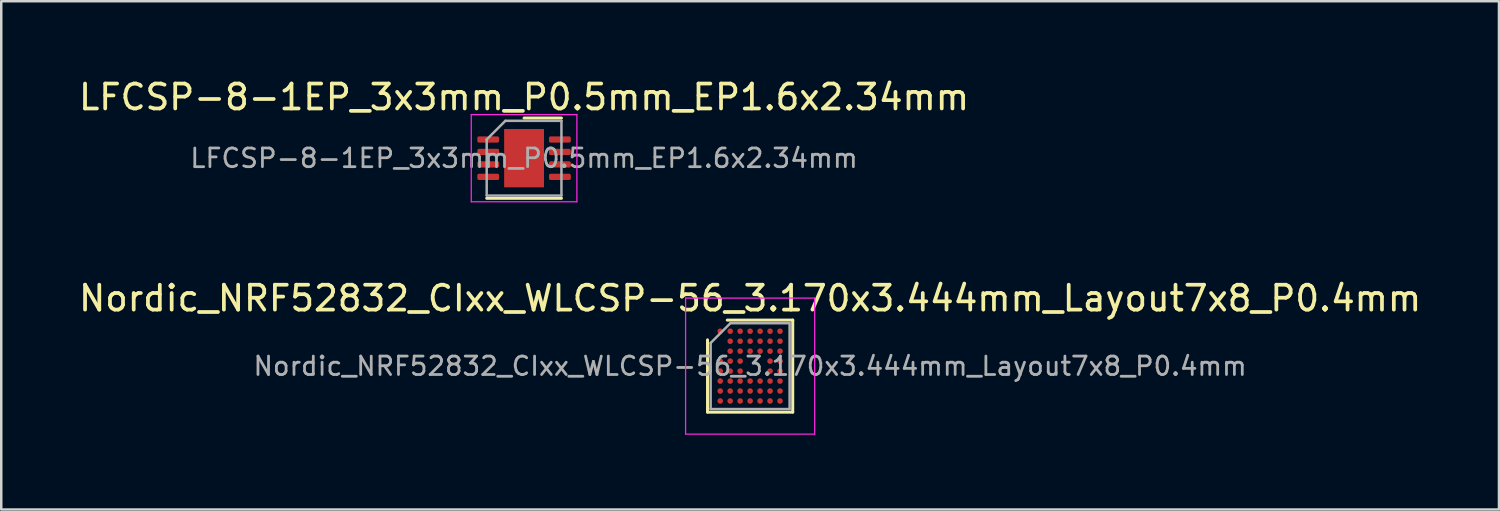
<source format=kicad_pcb>
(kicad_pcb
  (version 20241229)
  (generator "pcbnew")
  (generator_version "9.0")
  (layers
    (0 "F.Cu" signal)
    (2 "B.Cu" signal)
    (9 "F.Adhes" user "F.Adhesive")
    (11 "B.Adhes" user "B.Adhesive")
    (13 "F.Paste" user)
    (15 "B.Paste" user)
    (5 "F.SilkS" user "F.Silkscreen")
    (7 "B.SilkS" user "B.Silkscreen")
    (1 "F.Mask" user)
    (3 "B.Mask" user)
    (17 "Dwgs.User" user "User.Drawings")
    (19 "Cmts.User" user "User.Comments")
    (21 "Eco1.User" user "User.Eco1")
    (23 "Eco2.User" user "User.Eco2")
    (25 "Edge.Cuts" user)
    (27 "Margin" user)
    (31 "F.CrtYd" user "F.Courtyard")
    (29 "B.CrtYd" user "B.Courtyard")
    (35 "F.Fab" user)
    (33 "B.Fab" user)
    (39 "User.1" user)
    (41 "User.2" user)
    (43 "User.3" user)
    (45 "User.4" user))
  (footprint "Nordic_NRF52832_CIxx_WLCSP-56_3.170x3.444mm_Layout7x8_P0.4mm"
    (layer "F.Cu")
    (at 27.054 11.643)
    (property "Reference" "Nordic_NRF52832_CIxx_WLCSP-56_3.170x3.444mm_Layout7x8_P0.4mm" (at 0 -2.722 0) (layer "F.SilkS") (effects (font (size 1 1) (thickness 0.15))))
    (attr smd)
    (fp_line (start -1.71 1.847) (end -1.71 -1.054) (stroke (width 0.12) (type solid)) (layer "F.SilkS"))
    (fp_line (start -0.917 -1.847) (end 1.71 -1.847) (stroke (width 0.12) (type solid)) (layer "F.SilkS"))
    (fp_line (start 1.71 -1.847) (end 1.71 1.847) (stroke (width 0.12) (type solid)) (layer "F.SilkS"))
    (fp_line (start 1.71 1.847) (end -1.71 1.847) (stroke (width 0.12) (type solid)) (layer "F.SilkS"))
    (fp_line (start -2.59 -2.73) (end -2.59 2.73) (stroke (width 0.05) (type solid)) (layer "F.CrtYd"))
    (fp_line (start -2.59 2.73) (end 2.59 2.73) (stroke (width 0.05) (type solid)) (layer "F.CrtYd"))
    (fp_line (start 2.59 -2.73) (end -2.59 -2.73) (stroke (width 0.05) (type solid)) (layer "F.CrtYd"))
    (fp_line (start 2.59 2.73) (end 2.59 -2.73) (stroke (width 0.05) (type solid)) (layer "F.CrtYd"))
    (fp_line (start -1.585 -0.929) (end -0.792 -1.722) (stroke (width 0.1) (type solid)) (layer "F.Fab"))
    (fp_line (start -1.585 1.722) (end -1.585 -0.929) (stroke (width 0.1) (type solid)) (layer "F.Fab"))
    (fp_line (start -0.792 -1.722) (end 1.585 -1.722) (stroke (width 0.1) (type solid)) (layer "F.Fab"))
    (fp_line (start 1.585 -1.722) (end 1.585 1.722) (stroke (width 0.1) (type solid)) (layer "F.Fab"))
    (fp_line (start 1.585 1.722) (end -1.585 1.722) (stroke (width 0.1) (type solid)) (layer "F.Fab"))
    (fp_text user "${REFERENCE}" (at 0 0 0) (layer "F.Fab") (effects (font (size 0.74 0.74) (thickness 0.111))))
    (pad "A1" smd circle (at -1.2 -1.4) (size 0.225 0.225) (layers "F.Cu" "F.Mask" "F.Paste"))
    (pad "A2" smd circle (at -0.8 -1.4) (size 0.225 0.225) (layers "F.Cu" "F.Mask" "F.Paste"))
    (pad "A3" smd circle (at -0.4 -1.4) (size 0.225 0.225) (layers "F.Cu" "F.Mask" "F.Paste"))
    (pad "A4" smd circle (at 0 -1.4) (size 0.225 0.225) (layers "F.Cu" "F.Mask" "F.Paste"))
    (pad "A5" smd circle (at 0.4 -1.4) (size 0.225 0.225) (layers "F.Cu" "F.Mask" "F.Paste"))
    (pad "A6" smd circle (at 0.8 -1.4) (size 0.225 0.225) (layers "F.Cu" "F.Mask" "F.Paste"))
    (pad "A7" smd circle (at 1.2 -1.4) (size 0.225 0.225) (layers "F.Cu" "F.Mask" "F.Paste"))
    (pad "B2" smd circle (at -0.8 -1) (size 0.225 0.225) (layers "F.Cu" "F.Mask" "F.Paste"))
    (pad "B3" smd circle (at -0.4 -1) (size 0.225 0.225) (layers "F.Cu" "F.Mask" "F.Paste"))
    (pad "B4" smd circle (at 0 -1) (size 0.225 0.225) (layers "F.Cu" "F.Mask" "F.Paste"))
    (pad "B5" smd circle (at 0.4 -1) (size 0.225 0.225) (layers "F.Cu" "F.Mask" "F.Paste"))
    (pad "B6" smd circle (at 0.8 -1) (size 0.225 0.225) (layers "F.Cu" "F.Mask" "F.Paste"))
    (pad "B7" smd circle (at 1.2 -1) (size 0.225 0.225) (layers "F.Cu" "F.Mask" "F.Paste"))
    (pad "C2" smd circle (at -0.8 -0.6) (size 0.225 0.225) (layers "F.Cu" "F.Mask" "F.Paste"))
    (pad "C3" smd circle (at -0.4 -0.6) (size 0.225 0.225) (layers "F.Cu" "F.Mask" "F.Paste"))
    (pad "C4" smd circle (at 0 -0.6) (size 0.225 0.225) (layers "F.Cu" "F.Mask" "F.Paste"))
    (pad "C5" smd circle (at 0.4 -0.6) (size 0.225 0.225) (layers "F.Cu" "F.Mask" "F.Paste"))
    (pad "C6" smd circle (at 0.8 -0.6) (size 0.225 0.225) (layers "F.Cu" "F.Mask" "F.Paste"))
    (pad "C7" smd circle (at 1.2 -0.6) (size 0.225 0.225) (layers "F.Cu" "F.Mask" "F.Paste"))
    (pad "D1" smd circle (at -1.2 -0.2) (size 0.225 0.225) (layers "F.Cu" "F.Mask" "F.Paste"))
    (pad "D2" smd circle (at -0.8 -0.2) (size 0.225 0.225) (layers "F.Cu" "F.Mask" "F.Paste"))
    (pad "D3" smd circle (at -0.4 -0.2) (size 0.225 0.225) (layers "F.Cu" "F.Mask" "F.Paste"))
    (pad "D6" smd circle (at 0.8 -0.2) (size 0.225 0.225) (layers "F.Cu" "F.Mask" "F.Paste"))
    (pad "D7" smd circle (at 1.2 -0.2) (size 0.225 0.225) (layers "F.Cu" "F.Mask" "F.Paste"))
    (pad "E1" smd circle (at -1.2 0.2) (size 0.225 0.225) (layers "F.Cu" "F.Mask" "F.Paste"))
    (pad "E2" smd circle (at -0.8 0.2) (size 0.225 0.225) (layers "F.Cu" "F.Mask" "F.Paste"))
    (pad "E3" smd circle (at -0.4 0.2) (size 0.225 0.225) (layers "F.Cu" "F.Mask" "F.Paste"))
    (pad "E6" smd circle (at 0.8 0.2) (size 0.225 0.225) (layers "F.Cu" "F.Mask" "F.Paste"))
    (pad "E7" smd circle (at 1.2 0.2) (size 0.225 0.225) (layers "F.Cu" "F.Mask" "F.Paste"))
    (pad "F1" smd circle (at -1.2 0.6) (size 0.225 0.225) (layers "F.Cu" "F.Mask" "F.Paste"))
    (pad "F2" smd circle (at -0.8 0.6) (size 0.225 0.225) (layers "F.Cu" "F.Mask" "F.Paste"))
    (pad "F3" smd circle (at -0.4 0.6) (size 0.225 0.225) (layers "F.Cu" "F.Mask" "F.Paste"))
    (pad "F4" smd circle (at 0 0.6) (size 0.225 0.225) (layers "F.Cu" "F.Mask" "F.Paste"))
    (pad "F5" smd circle (at 0.4 0.6) (size 0.225 0.225) (layers "F.Cu" "F.Mask" "F.Paste"))
    (pad "F6" smd circle (at 0.8 0.6) (size 0.225 0.225) (layers "F.Cu" "F.Mask" "F.Paste"))
    (pad "F7" smd circle (at 1.2 0.6) (size 0.225 0.225) (layers "F.Cu" "F.Mask" "F.Paste"))
    (pad "G1" smd circle (at -1.2 1) (size 0.225 0.225) (layers "F.Cu" "F.Mask" "F.Paste"))
    (pad "G2" smd circle (at -0.8 1) (size 0.225 0.225) (layers "F.Cu" "F.Mask" "F.Paste"))
    (pad "G3" smd circle (at -0.4 1) (size 0.225 0.225) (layers "F.Cu" "F.Mask" "F.Paste"))
    (pad "G4" smd circle (at 0 1) (size 0.225 0.225) (layers "F.Cu" "F.Mask" "F.Paste"))
    (pad "G5" smd circle (at 0.4 1) (size 0.225 0.225) (layers "F.Cu" "F.Mask" "F.Paste"))
    (pad "G6" smd circle (at 0.8 1) (size 0.225 0.225) (layers "F.Cu" "F.Mask" "F.Paste"))
    (pad "G7" smd circle (at 1.2 1) (size 0.225 0.225) (layers "F.Cu" "F.Mask" "F.Paste"))
    (pad "H1" smd circle (at -1.2 1.4) (size 0.225 0.225) (layers "F.Cu" "F.Mask" "F.Paste"))
    (pad "H2" smd circle (at -0.8 1.4) (size 0.225 0.225) (layers "F.Cu" "F.Mask" "F.Paste"))
    (pad "H3" smd circle (at -0.4 1.4) (size 0.225 0.225) (layers "F.Cu" "F.Mask" "F.Paste"))
    (pad "H4" smd circle (at 0 1.4) (size 0.225 0.225) (layers "F.Cu" "F.Mask" "F.Paste"))
    (pad "H5" smd circle (at 0.4 1.4) (size 0.225 0.225) (layers "F.Cu" "F.Mask" "F.Paste"))
    (pad "H6" smd circle (at 0.8 1.4) (size 0.225 0.225) (layers "F.Cu" "F.Mask" "F.Paste"))
    (pad "H7" smd circle (at 1.2 1.4) (size 0.225 0.225) (layers "F.Cu" "F.Mask" "F.Paste")))
  (footprint "LFCSP-8-1EP_3x3mm_P0.5mm_EP1.6x2.34mm"
    (layer "F.Cu")
    (at 17.982 3.298)
    (property "Reference" "LFCSP-8-1EP_3x3mm_P0.5mm_EP1.6x2.34mm" (at 0 -2.45 0) (layer "F.SilkS") (effects (font (size 1 1) (thickness 0.15))))
    (attr smd)
    (fp_line (start -1.5 1.61) (end 1.5 1.61) (stroke (width 0.12) (type solid)) (layer "F.SilkS"))
    (fp_line (start 0 -1.61) (end 1.5 -1.61) (stroke (width 0.12) (type solid)) (layer "F.SilkS"))
    (fp_line (start -2.12 -1.75) (end -2.12 1.75) (stroke (width 0.05) (type solid)) (layer "F.CrtYd"))
    (fp_line (start -2.12 1.75) (end 2.12 1.75) (stroke (width 0.05) (type solid)) (layer "F.CrtYd"))
    (fp_line (start 2.12 -1.75) (end -2.12 -1.75) (stroke (width 0.05) (type solid)) (layer "F.CrtYd"))
    (fp_line (start 2.12 1.75) (end 2.12 -1.75) (stroke (width 0.05) (type solid)) (layer "F.CrtYd"))
    (fp_line (start -1.5 -0.75) (end -0.75 -1.5) (stroke (width 0.1) (type solid)) (layer "F.Fab"))
    (fp_line (start -1.5 1.5) (end -1.5 -0.75) (stroke (width 0.1) (type solid)) (layer "F.Fab"))
    (fp_line (start -0.75 -1.5) (end 1.5 -1.5) (stroke (width 0.1) (type solid)) (layer "F.Fab"))
    (fp_line (start 1.5 -1.5) (end 1.5 1.5) (stroke (width 0.1) (type solid)) (layer "F.Fab"))
    (fp_line (start 1.5 1.5) (end -1.5 1.5) (stroke (width 0.1) (type solid)) (layer "F.Fab"))
    (fp_text user "${REFERENCE}" (at 0 0 0) (layer "F.Fab") (effects (font (size 0.75 0.75) (thickness 0.11))))
    (pad "" smd roundrect (at -0.4 -0.585) (size 0.64 0.94) (layers "F.Paste") (roundrect_rratio 0.25))
    (pad "" smd roundrect (at -0.4 0.585) (size 0.64 0.94) (layers "F.Paste") (roundrect_rratio 0.25))
    (pad "" smd roundrect (at 0.4 -0.585) (size 0.64 0.94) (layers "F.Paste") (roundrect_rratio 0.25))
    (pad "" smd roundrect (at 0.4 0.585) (size 0.64 0.94) (layers "F.Paste") (roundrect_rratio 0.25))
    (pad "1" smd roundrect (at -1.438 -0.75) (size 0.875 0.25) (layers "F.Cu" "F.Mask" "F.Paste") (roundrect_rratio 0.25))
    (pad "2" smd roundrect (at -1.438 -0.25) (size 0.875 0.25) (layers "F.Cu" "F.Mask" "F.Paste") (roundrect_rratio 0.25))
    (pad "3" smd roundrect (at -1.438 0.25) (size 0.875 0.25) (layers "F.Cu" "F.Mask" "F.Paste") (roundrect_rratio 0.25))
    (pad "4" smd roundrect (at -1.438 0.75) (size 0.875 0.25) (layers "F.Cu" "F.Mask" "F.Paste") (roundrect_rratio 0.25))
    (pad "5" smd roundrect (at 1.438 0.75) (size 0.875 0.25) (layers "F.Cu" "F.Mask" "F.Paste") (roundrect_rratio 0.25))
    (pad "6" smd roundrect (at 1.438 0.25) (size 0.875 0.25) (layers "F.Cu" "F.Mask" "F.Paste") (roundrect_rratio 0.25))
    (pad "7" smd roundrect (at 1.438 -0.25) (size 0.875 0.25) (layers "F.Cu" "F.Mask" "F.Paste") (roundrect_rratio 0.25))
    (pad "8" smd roundrect (at 1.438 -0.75) (size 0.875 0.25) (layers "F.Cu" "F.Mask" "F.Paste") (roundrect_rratio 0.25))
    (pad "9" smd rect (at 0 0) (size 1.6 2.34) (layers "F.Cu" "F.Mask")))
  (gr_rect
    (start -3 -3)
    (end 57.107 17.398)
    (stroke (width 0.1) (type default))
    (fill no)
    (layer "Edge.Cuts")))
</source>
